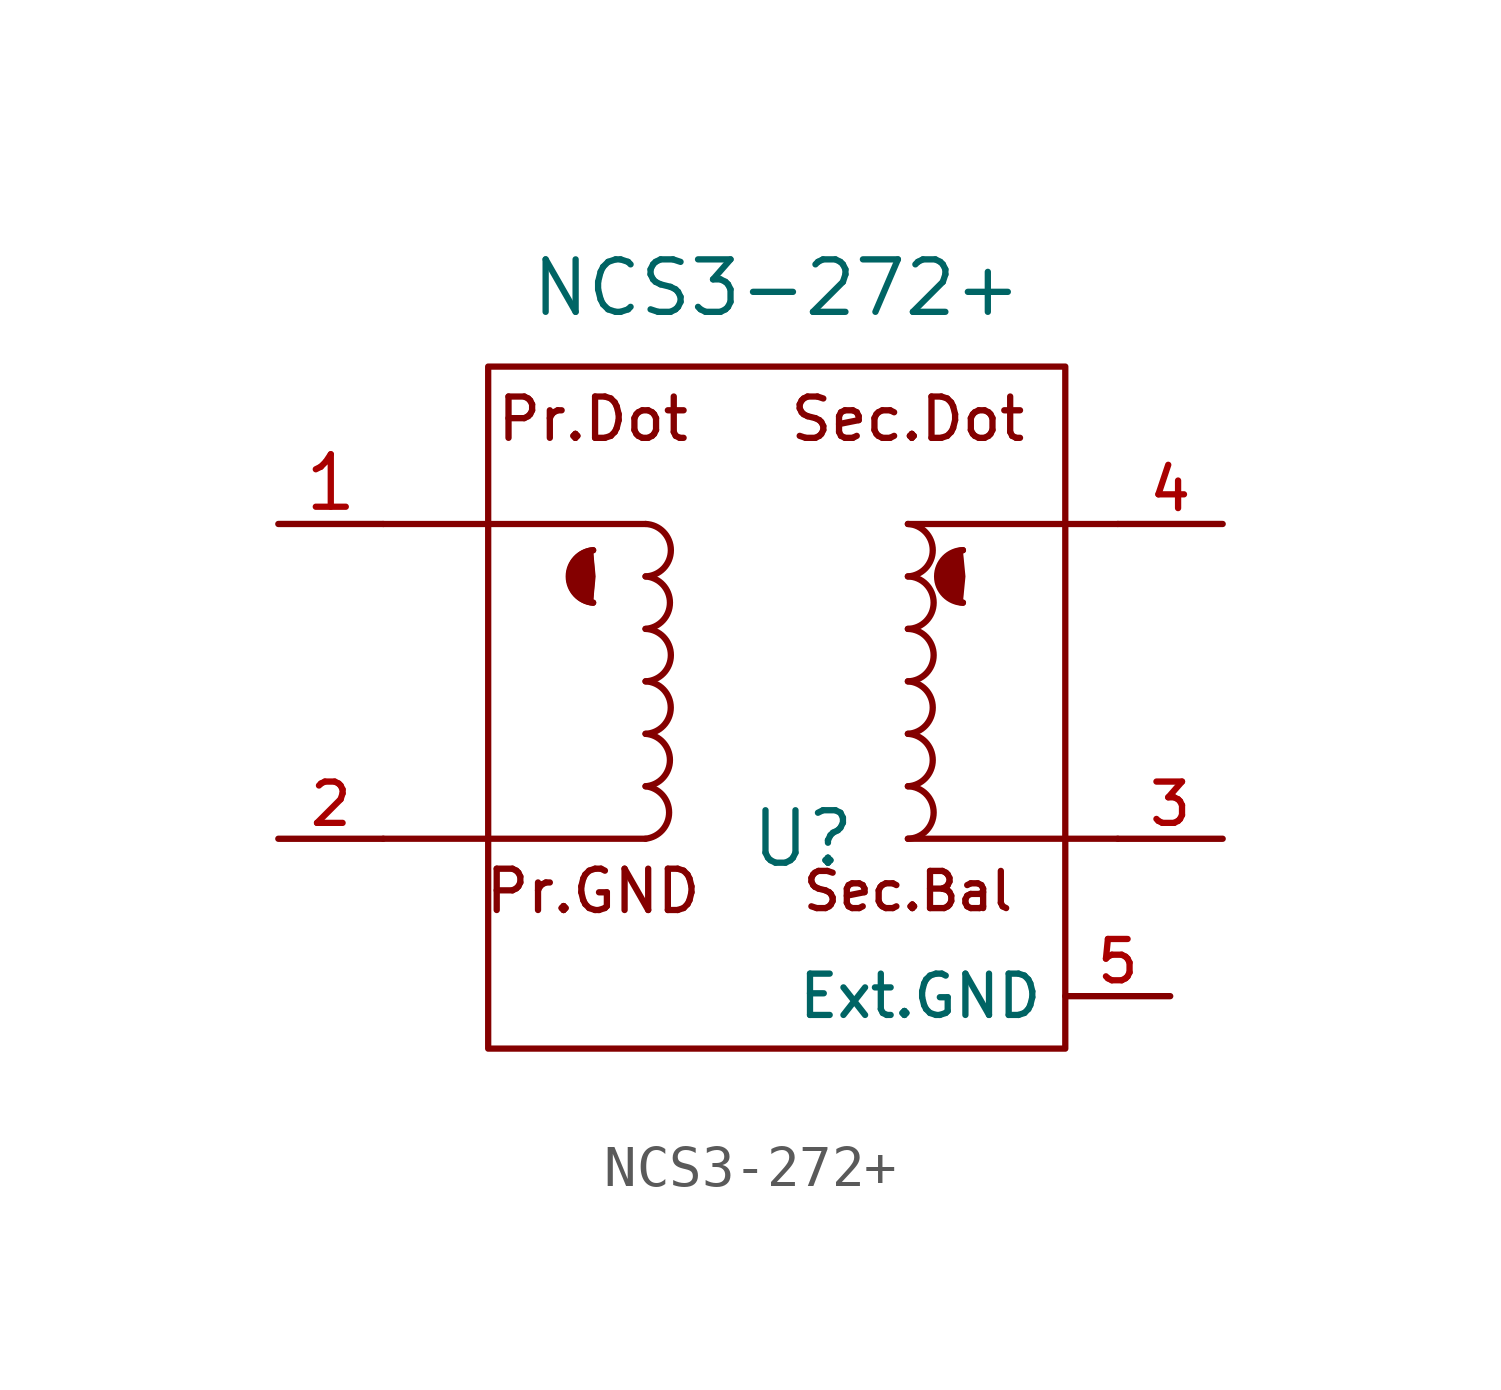
<source format=kicad_sym>
(kicad_symbol_lib
  (version 20211014)
  (generator kicad_symbol_editor)
  (symbol "NCS3-272+"
    (property "Reference" "U"
      (at 0 0 0)
      (effects (font (size 1.27 1.27))))
    (property "Value" "NCS3-272+"
      (at -0.635 13.335 0)
      (effects (font (size 1.27 1.27))))
    (symbol "NCS3-272+_0_0"
      (arc (start -5.08 6.985) (mid -5.7798 6.35) (end -5.08 5.715) (stroke (width 0.1524) (type default) (color 0 0 0 0)) (fill (type outline)))
      (arc (start -5.08 6.985) (mid -5.6702 6.35) (end -5.08 5.715) (stroke (width 0.1524) (type default) (color 0 0 0 0)) (fill (type outline)))
      (arc (start 3.8718 6.985) (mid 3.172 6.35) (end 3.8718 5.715) (stroke (width 0.1524) (type default) (color 0 0 0 0)) (fill (type outline)))
      (arc (start 3.8718 6.985) (mid 3.248 6.35) (end 3.8718 5.715) (stroke (width 0.1524) (type default) (color 0 0 0 0)) (fill (type outline)))
      (text "Pr.Dot" (at -5.08 10.16 0) (effects (font (size 1 1))))
      (text "Pr.GND" (at -5.08 -1.27 0) (effects (font (size 1 1))))
      (text "Sec.Bal" (at 2.54 -1.27 0) (effects (font (size 0.9 0.9))))
      (text "Sec.Dot" (at 2.54 10.16 0) (effects (font (size 1 1)))))
    (symbol "NCS3-272+_0_1"
      (rectangle (start -7.62 11.43) (end 6.35 -5.08) (stroke (width 0.152) (type default) (color 0 0 0 0)) (fill (type none)))
      (arc (start -3.81 0) (mid -3.2399 0.635) (end -3.81 1.27) (stroke (width 0.1524) (type default) (color 0 0 0 0)) (fill (type none)))
      (arc (start -3.81 1.27) (mid -3.2198 1.905) (end -3.81 2.54) (stroke (width 0.1524) (type default) (color 0 0 0 0)) (fill (type none)))
      (arc (start -3.81 2.54) (mid -3.1997 3.175) (end -3.81 3.81) (stroke (width 0.1524) (type default) (color 0 0 0 0)) (fill (type none)))
      (arc (start -3.81 3.81) (mid -3.1971 4.445) (end -3.81 5.08) (stroke (width 0.1524) (type default) (color 0 0 0 0)) (fill (type none)))
      (arc (start -3.81 5.08) (mid -3.2198 5.715) (end -3.81 6.35) (stroke (width 0.1524) (type default) (color 0 0 0 0)) (fill (type none)))
      (arc (start -3.81 6.35) (mid -3.1971 6.985) (end -3.81 7.62) (stroke (width 0.1524) (type default) (color 0 0 0 0)) (fill (type none)))
      (polyline (pts (xy -10.16 0) (xy -3.81 0)) (stroke (width 0.152) (type default) (color 0 0 0 0)) (fill (type none)))
      (polyline (pts (xy -10.16 7.62) (xy -3.81 7.62)) (stroke (width 0.152) (type default) (color 0 0 0 0)) (fill (type none)))
      (polyline (pts (xy 7.62 0) (xy 2.54 0)) (stroke (width 0.152) (type default) (color 0 0 0 0)) (fill (type none)))
      (polyline (pts (xy 7.62 7.62) (xy 2.54 7.62)) (stroke (width 0.152) (type default) (color 0 0 0 0)) (fill (type none)))
      (arc (start 2.54 0) (mid 3.1864 0.635) (end 2.54 1.27) (stroke (width 0.1524) (type default) (color 0 0 0 0)) (fill (type none)))
      (arc (start 2.54 1.27) (mid 3.2097 1.905) (end 2.54 2.54) (stroke (width 0.1524) (type default) (color 0 0 0 0)) (fill (type none)))
      (arc (start 2.54 2.54) (mid 3.2097 3.175) (end 2.54 3.81) (stroke (width 0.1524) (type default) (color 0 0 0 0)) (fill (type none)))
      (arc (start 2.54 3.81) (mid 3.1864 4.445) (end 2.54 5.08) (stroke (width 0.1524) (type default) (color 0 0 0 0)) (fill (type none)))
      (arc (start 2.54 5.08) (mid 3.1864 5.715) (end 2.54 6.35) (stroke (width 0.1524) (type default) (color 0 0 0 0)) (fill (type none)))
      (arc (start 2.54 6.35) (mid 3.2097 6.985) (end 2.54 7.62) (stroke (width 0.1524) (type default) (color 0 0 0 0)) (fill (type none))))
    (symbol "NCS3-272+_1_1"
      (pin input line (at -12.7 7.62 0) (length 2.54) (name "" (effects (font (size 1 1)))) (number "1" (effects (font (size 1.27 1.27)))))
      (pin input line (at -12.7 0 0) (length 2.54) (name "" (effects (font (size 1 1)))) (number "2" (effects (font (size 1 1)))))
      (pin input line (at 10.16 0 180) (length 2.54) (name "" (effects (font (size 1 1)))) (number "3" (effects (font (size 1 1)))))
      (pin input line (at 10.16 7.62 180) (length 2.54) (name "" (effects (font (size 1 1)))) (number "4" (effects (font (size 1 1)))))
      (pin input line (at 8.89 -3.81 180) (length 2.54) (name "Ext.GND" (effects (font (size 1 1)))) (number "5" (effects (font (size 1 1))))))))
</source>
